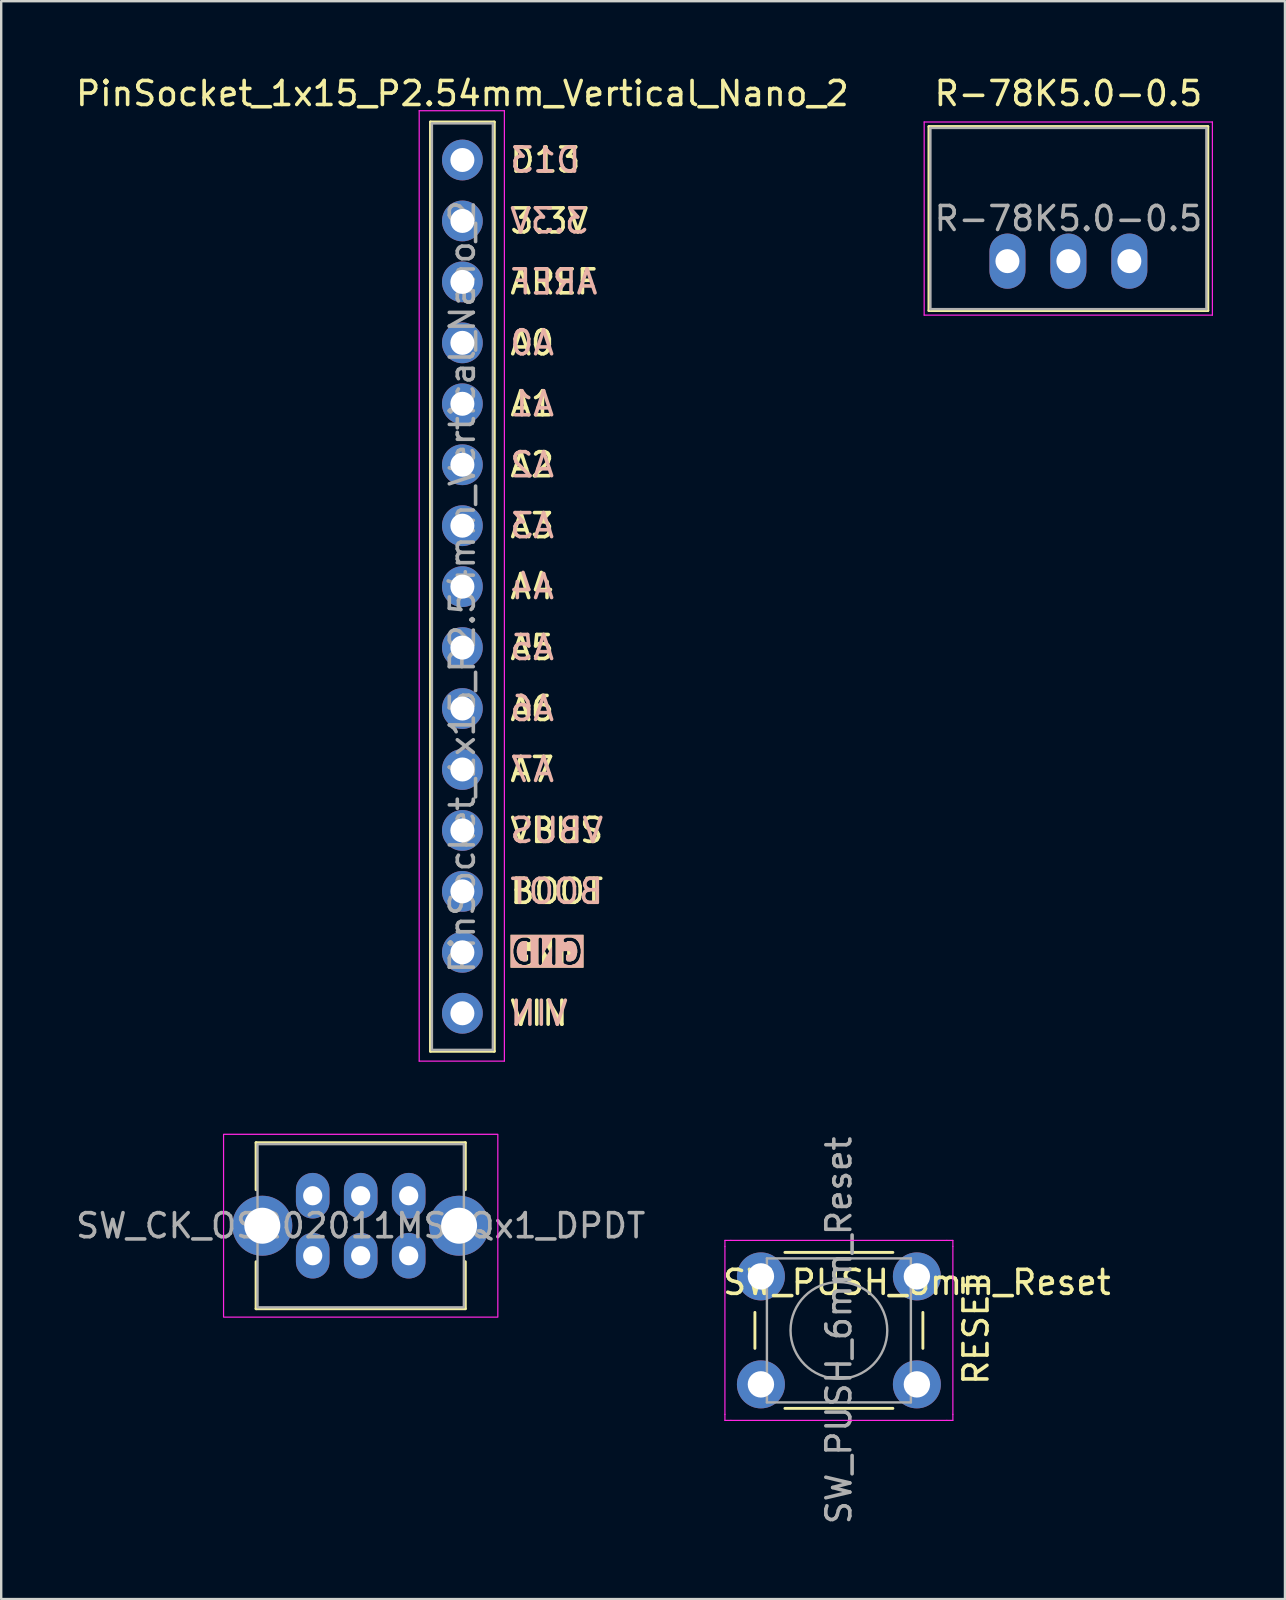
<source format=kicad_pcb>
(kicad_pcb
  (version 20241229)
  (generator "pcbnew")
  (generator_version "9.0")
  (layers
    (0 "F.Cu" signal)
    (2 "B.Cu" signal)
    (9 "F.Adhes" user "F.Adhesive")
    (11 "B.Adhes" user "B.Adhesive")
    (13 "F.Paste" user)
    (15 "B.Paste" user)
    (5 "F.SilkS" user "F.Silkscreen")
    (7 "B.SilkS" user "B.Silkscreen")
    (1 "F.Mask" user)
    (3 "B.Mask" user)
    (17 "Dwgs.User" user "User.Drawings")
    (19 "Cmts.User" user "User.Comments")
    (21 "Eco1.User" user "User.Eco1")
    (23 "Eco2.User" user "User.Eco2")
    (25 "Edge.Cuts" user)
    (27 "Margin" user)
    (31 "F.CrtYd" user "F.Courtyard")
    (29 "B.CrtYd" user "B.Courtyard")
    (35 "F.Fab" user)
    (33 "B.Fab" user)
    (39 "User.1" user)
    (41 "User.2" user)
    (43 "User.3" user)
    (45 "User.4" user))
  (footprint "PinSocket_1x15_P2.54mm_Vertical_Nano_2"
    (layer "F.Cu")
    (at 16.22 3.618)
    (property "Reference" "PinSocket_1x15_P2.54mm_Vertical_Nano_2" (at 0 -2.77 0) (layer "F.SilkS") (effects (font (size 1 1) (thickness 0.15))))
    (attr through_hole)
    (fp_line (start -1.33 -1.584) (end -1.33 37.144) (stroke (width 0.12) (type solid)) (layer "F.SilkS"))
    (fp_line (start -1.33 -1.584) (end 1.33 -1.584) (stroke (width 0.12) (type solid)) (layer "F.SilkS"))
    (fp_line (start -1.33 37.144) (end 1.33 37.144) (stroke (width 0.12) (type solid)) (layer "F.SilkS"))
    (fp_line (start 1.33 -1.584) (end 1.33 37.144) (stroke (width 0.12) (type solid)) (layer "F.SilkS"))
    (fp_line (start -1.8 -2.054) (end 1.75 -2.054) (stroke (width 0.05) (type solid)) (layer "F.CrtYd"))
    (fp_line (start -1.8 37.554) (end -1.8 -2.054) (stroke (width 0.05) (type solid)) (layer "F.CrtYd"))
    (fp_line (start 1.75 -2.054) (end 1.75 37.554) (stroke (width 0.05) (type solid)) (layer "F.CrtYd"))
    (fp_line (start 1.75 37.554) (end -1.8 37.554) (stroke (width 0.05) (type solid)) (layer "F.CrtYd"))
    (fp_line (start -1.27 -1.524) (end 1.27 -1.524) (stroke (width 0.1) (type solid)) (layer "F.Fab"))
    (fp_line (start -1.27 37.084) (end -1.27 -1.524) (stroke (width 0.1) (type solid)) (layer "F.Fab"))
    (fp_line (start 1.27 -1.524) (end 1.27 37.084) (stroke (width 0.1) (type solid)) (layer "F.Fab"))
    (fp_line (start 1.27 37.084) (end -1.27 37.084) (stroke (width 0.1) (type solid)) (layer "F.Fab"))
    (fp_text user "AREF" (at 1.905 5.08 0) (unlocked yes) (layer "F.SilkS") (effects (font (size 1 1) (thickness 0.15)) (justify left)))
    (fp_text user "3.3V" (at 1.905 2.54 0) (unlocked yes) (layer "F.SilkS") (effects (font (size 1 1) (thickness 0.15)) (justify left)))
    (fp_text user "A6" (at 1.905 22.86 0) (unlocked yes) (layer "F.SilkS") (effects (font (size 1 1) (thickness 0.15)) (justify left)))
    (fp_text user "A3" (at 1.905 15.24 0) (unlocked yes) (layer "F.SilkS") (effects (font (size 1 1) (thickness 0.15)) (justify left)))
    (fp_text user "A2" (at 1.905 12.7 0) (unlocked yes) (layer "F.SilkS") (effects (font (size 1 1) (thickness 0.15)) (justify left)))
    (fp_text user "A0" (at 1.905 7.62 0) (unlocked yes) (layer "F.SilkS") (effects (font (size 1 1) (thickness 0.15)) (justify left)))
    (fp_text user "A4" (at 1.905 17.78 0) (unlocked yes) (layer "F.SilkS") (effects (font (size 1 1) (thickness 0.15)) (justify left)))
    (fp_text user "GND" (at 1.905 33.02 0) (unlocked yes) (layer "F.SilkS" knockout) (effects (font (size 1 1) (thickness 0.15)) (justify left)))
    (fp_text user "A1" (at 1.905 10.16 0) (unlocked yes) (layer "F.SilkS") (effects (font (size 1 1) (thickness 0.15)) (justify left)))
    (fp_text user "A7" (at 1.905 25.4 0) (unlocked yes) (layer "F.SilkS") (effects (font (size 1 1) (thickness 0.15)) (justify left)))
    (fp_text user "BOOT" (at 1.905 30.48 0) (unlocked yes) (layer "F.SilkS") (effects (font (size 1 1) (thickness 0.15)) (justify left)))
    (fp_text user "VIN" (at 1.905 35.56 0) (unlocked yes) (layer "F.SilkS") (effects (font (size 1 1) (thickness 0.15)) (justify left)))
    (fp_text user "VBUS" (at 1.905 27.94 0) (unlocked yes) (layer "F.SilkS") (effects (font (size 1 1) (thickness 0.15)) (justify left)))
    (fp_text user "A5" (at 1.905 20.32 0) (unlocked yes) (layer "F.SilkS") (effects (font (size 1 1) (thickness 0.15)) (justify left)))
    (fp_text user "D13" (at 1.905 0 0) (unlocked yes) (layer "F.SilkS") (effects (font (size 1 1) (thickness 0.15)) (justify left)))
    (fp_text user "BOOT" (at 1.905 30.48 0) (unlocked yes) (layer "B.SilkS") (effects (font (size 1 1) (thickness 0.15)) (justify right mirror)))
    (fp_text user "A5" (at 1.905 20.32 0) (unlocked yes) (layer "B.SilkS") (effects (font (size 1 1) (thickness 0.15)) (justify right mirror)))
    (fp_text user "A6" (at 1.905 22.86 0) (unlocked yes) (layer "B.SilkS") (effects (font (size 1 1) (thickness 0.15)) (justify right mirror)))
    (fp_text user "VBUS" (at 1.905 27.94 0) (unlocked yes) (layer "B.SilkS") (effects (font (size 1 1) (thickness 0.15)) (justify right mirror)))
    (fp_text user "A7" (at 1.905 25.4 0) (unlocked yes) (layer "B.SilkS") (effects (font (size 1 1) (thickness 0.15)) (justify right mirror)))
    (fp_text user "A0" (at 1.905 7.62 0) (unlocked yes) (layer "B.SilkS") (effects (font (size 1 1) (thickness 0.15)) (justify right mirror)))
    (fp_text user "A2" (at 1.905 12.7 0) (unlocked yes) (layer "B.SilkS") (effects (font (size 1 1) (thickness 0.15)) (justify right mirror)))
    (fp_text user "GND" (at 1.905 33.02 0) (unlocked yes) (layer "B.SilkS" knockout) (effects (font (size 1 1) (thickness 0.15)) (justify right mirror)))
    (fp_text user "A1" (at 1.905 10.16 0) (unlocked yes) (layer "B.SilkS") (effects (font (size 1 1) (thickness 0.15)) (justify right mirror)))
    (fp_text user "AREF" (at 1.905 5.08 0) (unlocked yes) (layer "B.SilkS") (effects (font (size 1 1) (thickness 0.15)) (justify right mirror)))
    (fp_text user "A3" (at 1.905 15.24 0) (unlocked yes) (layer "B.SilkS") (effects (font (size 1 1) (thickness 0.15)) (justify right mirror)))
    (fp_text user "VIN" (at 1.905 35.56 0) (unlocked yes) (layer "B.SilkS") (effects (font (size 1 1) (thickness 0.15)) (justify right mirror)))
    (fp_text user "A4" (at 1.905 17.78 0) (unlocked yes) (layer "B.SilkS") (effects (font (size 1 1) (thickness 0.15)) (justify right mirror)))
    (fp_text user "D13" (at 1.905 0 0) (unlocked yes) (layer "B.SilkS") (effects (font (size 1 1) (thickness 0.15)) (justify right mirror)))
    (fp_text user "3.3V" (at 1.897 2.537 0) (unlocked yes) (layer "B.SilkS") (effects (font (size 1 1) (thickness 0.15)) (justify right mirror)))
    (fp_text user "${REFERENCE}" (at 0 17.78 270) (layer "F.Fab") (effects (font (size 1 1) (thickness 0.15))))
    (pad "1" thru_hole circle (at 0 0) (size 1.7 1.7) (drill 1) (layers "*.Cu" "*.Mask"))
    (pad "2" thru_hole circle (at 0 2.54) (size 1.7 1.7) (drill 1) (layers "*.Cu" "*.Mask"))
    (pad "3" thru_hole circle (at 0 5.08) (size 1.7 1.7) (drill 1) (layers "*.Cu" "*.Mask"))
    (pad "4" thru_hole circle (at 0 7.62) (size 1.7 1.7) (drill 1) (layers "*.Cu" "*.Mask"))
    (pad "5" thru_hole circle (at 0 10.16) (size 1.7 1.7) (drill 1) (layers "*.Cu" "*.Mask"))
    (pad "6" thru_hole circle (at 0 12.7) (size 1.7 1.7) (drill 1) (layers "*.Cu" "*.Mask"))
    (pad "7" thru_hole circle (at 0 15.24) (size 1.7 1.7) (drill 1) (layers "*.Cu" "*.Mask"))
    (pad "8" thru_hole circle (at 0 17.78) (size 1.7 1.7) (drill 1) (layers "*.Cu" "*.Mask"))
    (pad "9" thru_hole circle (at 0 20.32) (size 1.7 1.7) (drill 1) (layers "*.Cu" "*.Mask"))
    (pad "10" thru_hole circle (at 0 22.86) (size 1.7 1.7) (drill 1) (layers "*.Cu" "*.Mask"))
    (pad "11" thru_hole circle (at 0 25.4) (size 1.7 1.7) (drill 1) (layers "*.Cu" "*.Mask"))
    (pad "12" thru_hole circle (at 0 27.94) (size 1.7 1.7) (drill 1) (layers "*.Cu" "*.Mask"))
    (pad "13" thru_hole circle (at 0 30.48) (size 1.7 1.7) (drill 1) (layers "*.Cu" "*.Mask"))
    (pad "14" thru_hole circle (at 0 33.02) (size 1.7 1.7) (drill 1) (layers "*.Cu" "*.Mask"))
    (pad "15" thru_hole circle (at 0 35.56) (size 1.7 1.7) (drill 1) (layers "*.Cu" "*.Mask")))
  (footprint "R-78K5.0-0.5"
    (layer "F.Cu")
    (at 41.475 7.833)
    (property "Reference" "R-78K5.0-0.5" (at 0 -6.985 0) (layer "F.SilkS") (effects (font (size 1 1) (thickness 0.15))))
    (attr through_hole)
    (fp_line (start -5.811 -5.61) (end -5.811 2.06) (stroke (width 0.12) (type solid)) (layer "F.SilkS"))
    (fp_line (start -5.811 -5.61) (end 5.811 -5.61) (stroke (width 0.12) (type solid)) (layer "F.SilkS"))
    (fp_line (start -5.811 2.06) (end 5.811 2.06) (stroke (width 0.12) (type solid)) (layer "F.SilkS"))
    (fp_line (start 5.811 -5.61) (end 5.811 2.06) (stroke (width 0.12) (type solid)) (layer "F.SilkS"))
    (fp_line (start -6.01 -5.8) (end -6.01 2.25) (stroke (width 0.05) (type solid)) (layer "F.CrtYd"))
    (fp_line (start -6.01 2.25) (end 6.001 2.25) (stroke (width 0.05) (type solid)) (layer "F.CrtYd"))
    (fp_line (start 6.001 -5.8) (end -6.01 -5.8) (stroke (width 0.05) (type solid)) (layer "F.CrtYd"))
    (fp_line (start 6.001 2.25) (end 6.001 -5.8) (stroke (width 0.05) (type solid)) (layer "F.CrtYd"))
    (fp_line (start -5.75 -5.55) (end 5.751 -5.55) (stroke (width 0.1) (type solid)) (layer "F.Fab"))
    (fp_line (start -5.75 2) (end -5.75 -5.55) (stroke (width 0.1) (type solid)) (layer "F.Fab"))
    (fp_line (start 5.751 -5.55) (end 5.751 2) (stroke (width 0.1) (type solid)) (layer "F.Fab"))
    (fp_line (start 5.751 2) (end -5.75 2) (stroke (width 0.1) (type solid)) (layer "F.Fab"))
    (fp_text user "${REFERENCE}" (at 0 -1.775 0) (layer "F.Fab") (effects (font (size 1 1) (thickness 0.15))))
    (pad "1" thru_hole oval (at -2.54 0) (size 1.5 2.3) (drill 1) (layers "*.Cu" "*.Mask"))
    (pad "2" thru_hole oval (at 0 0) (size 1.5 2.3) (drill 1) (layers "*.Cu" "*.Mask"))
    (pad "3" thru_hole oval (at 2.54 0) (size 1.5 2.3) (drill 1) (layers "*.Cu" "*.Mask")))
  (footprint "SW_PUSH_6mm_Reset"
    (layer "F.Cu")
    (at 31.911 52.394)
    (property "Reference" "SW_PUSH_6mm_Reset" (at 3.25 -2 0) (layer "F.SilkS") (effects (font (size 1 1) (thickness 0.15))))
    (attr through_hole)
    (fp_line (start -3.5 -0.75) (end -3.5 0.75) (stroke (width 0.12) (type solid)) (layer "F.SilkS"))
    (fp_line (start -2.25 3.25) (end 2.25 3.25) (stroke (width 0.12) (type solid)) (layer "F.SilkS"))
    (fp_line (start 2.25 -3.25) (end -2.25 -3.25) (stroke (width 0.12) (type solid)) (layer "F.SilkS"))
    (fp_line (start 3.5 0.75) (end 3.5 -0.75) (stroke (width 0.12) (type solid)) (layer "F.SilkS"))
    (fp_line (start -4.75 -3.75) (end -4.5 -3.75) (stroke (width 0.05) (type solid)) (layer "F.CrtYd"))
    (fp_line (start -4.75 -3.5) (end -4.75 -3.75) (stroke (width 0.05) (type solid)) (layer "F.CrtYd"))
    (fp_line (start -4.75 3.5) (end -4.75 -3.5) (stroke (width 0.05) (type solid)) (layer "F.CrtYd"))
    (fp_line (start -4.75 3.5) (end -4.75 3.75) (stroke (width 0.05) (type solid)) (layer "F.CrtYd"))
    (fp_line (start -4.75 3.75) (end -4.5 3.75) (stroke (width 0.05) (type solid)) (layer "F.CrtYd"))
    (fp_line (start -4.5 -3.75) (end 4.5 -3.75) (stroke (width 0.05) (type solid)) (layer "F.CrtYd"))
    (fp_line (start 4.5 -3.75) (end 4.75 -3.75) (stroke (width 0.05) (type solid)) (layer "F.CrtYd"))
    (fp_line (start 4.5 3.75) (end -4.5 3.75) (stroke (width 0.05) (type solid)) (layer "F.CrtYd"))
    (fp_line (start 4.5 3.75) (end 4.75 3.75) (stroke (width 0.05) (type solid)) (layer "F.CrtYd"))
    (fp_line (start 4.75 -3.75) (end 4.75 -3.5) (stroke (width 0.05) (type solid)) (layer "F.CrtYd"))
    (fp_line (start 4.75 -3.5) (end 4.75 3.5) (stroke (width 0.05) (type solid)) (layer "F.CrtYd"))
    (fp_line (start 4.75 3.75) (end 4.75 3.5) (stroke (width 0.05) (type solid)) (layer "F.CrtYd"))
    (fp_line (start -3 -3) (end 0 -3) (stroke (width 0.1) (type solid)) (layer "F.Fab"))
    (fp_line (start -3 3) (end -3 -3) (stroke (width 0.1) (type solid)) (layer "F.Fab"))
    (fp_line (start 0 -3) (end 3 -3) (stroke (width 0.1) (type solid)) (layer "F.Fab"))
    (fp_line (start 3 -3) (end 3 3) (stroke (width 0.1) (type solid)) (layer "F.Fab"))
    (fp_line (start 3 3) (end -3 3) (stroke (width 0.1) (type solid)) (layer "F.Fab"))
    (fp_circle (center 0 0) (end -2 0.25) (stroke (width 0.1) (type solid)) (fill no) (layer "F.Fab"))
    (fp_text user "RESET" (at 5.715 0 90) (unlocked yes) (layer "F.SilkS") (effects (font (size 1 1) (thickness 0.15))))
    (fp_text user "${REFERENCE}" (at 0 0 270) (layer "F.Fab") (effects (font (size 1 1) (thickness 0.15))))
    (pad "1" thru_hole circle (at -3.25 -2.25 90) (size 2 2) (drill 1.1) (layers "*.Cu" "*.Mask"))
    (pad "1" thru_hole circle (at 3.25 -2.25 90) (size 2 2) (drill 1.1) (layers "*.Cu" "*.Mask"))
    (pad "2" thru_hole circle (at -3.25 2.25 90) (size 2 2) (drill 1.1) (layers "*.Cu" "*.Mask"))
    (pad "2" thru_hole circle (at 3.25 2.25 90) (size 2 2) (drill 1.1) (layers "*.Cu" "*.Mask")))
  (footprint "SW_CK_OS202011MS2Qx1_DPDT"
    (layer "F.Cu")
    (at 11.982 48.032)
    (property "Reference" "SW_CK_OS202011MS2Qx1_DPDT" (at 0 0 0) (layer "F.Fab") (effects (font (size 1 1) (thickness 0.15))))
    (attr through_hole)
    (fp_line (start -4.36 -3.46) (end 4.36 -3.46) (stroke (width 0.12) (type default)) (layer "F.SilkS"))
    (fp_line (start -4.36 -1.5) (end -4.36 -3.46) (stroke (width 0.12) (type default)) (layer "F.SilkS"))
    (fp_line (start -4.36 3.46) (end -4.36 1.5) (stroke (width 0.12) (type default)) (layer "F.SilkS"))
    (fp_line (start 4.36 -3.46) (end 4.36 -1.5) (stroke (width 0.12) (type default)) (layer "F.SilkS"))
    (fp_line (start 4.36 1.5) (end 4.36 3.46) (stroke (width 0.12) (type default)) (layer "F.SilkS"))
    (fp_line (start 4.36 3.46) (end -4.36 3.46) (stroke (width 0.12) (type default)) (layer "F.SilkS"))
    (fp_rect (start -5.715 -3.81) (end 5.715 3.81) (stroke (width 0.05) (type default)) (fill no) (layer "F.CrtYd"))
    (fp_rect (start -4.3 -3.4) (end 4.3 3.4) (stroke (width 0.1) (type default)) (fill no) (layer "F.Fab"))
    (pad "1" thru_hole oval (at -2 -1.25) (size 1.4 1.9) (drill 0.8) (layers "*.Cu" "*.Mask"))
    (pad "2" thru_hole oval (at 0 -1.25) (size 1.4 1.9) (drill 0.8) (layers "*.Cu" "*.Mask"))
    (pad "3" thru_hole oval (at 2 -1.25) (size 1.4 1.9) (drill 0.8) (layers "*.Cu" "*.Mask"))
    (pad "4" thru_hole oval (at -2 1.25) (size 1.4 1.9) (drill 0.8) (layers "*.Cu" "*.Mask"))
    (pad "5" thru_hole oval (at 0 1.25) (size 1.4 1.9) (drill 0.8) (layers "*.Cu" "*.Mask"))
    (pad "6" thru_hole oval (at 2 1.25) (size 1.4 1.9) (drill 0.8) (layers "*.Cu" "*.Mask"))
    (pad "MP" thru_hole circle (at -4.1 0) (size 2.5 2.5) (drill 1.5) (layers "*.Cu" "*.Mask"))
    (pad "MP" thru_hole circle (at 4.1 0) (size 2.5 2.5) (drill 1.5) (layers "*.Cu" "*.Mask")))
  (gr_rect
    (start -3 -3)
    (end 50.501 63.59)
    (stroke (width 0.1) (type default))
    (fill no)
    (layer "Edge.Cuts")))
</source>
